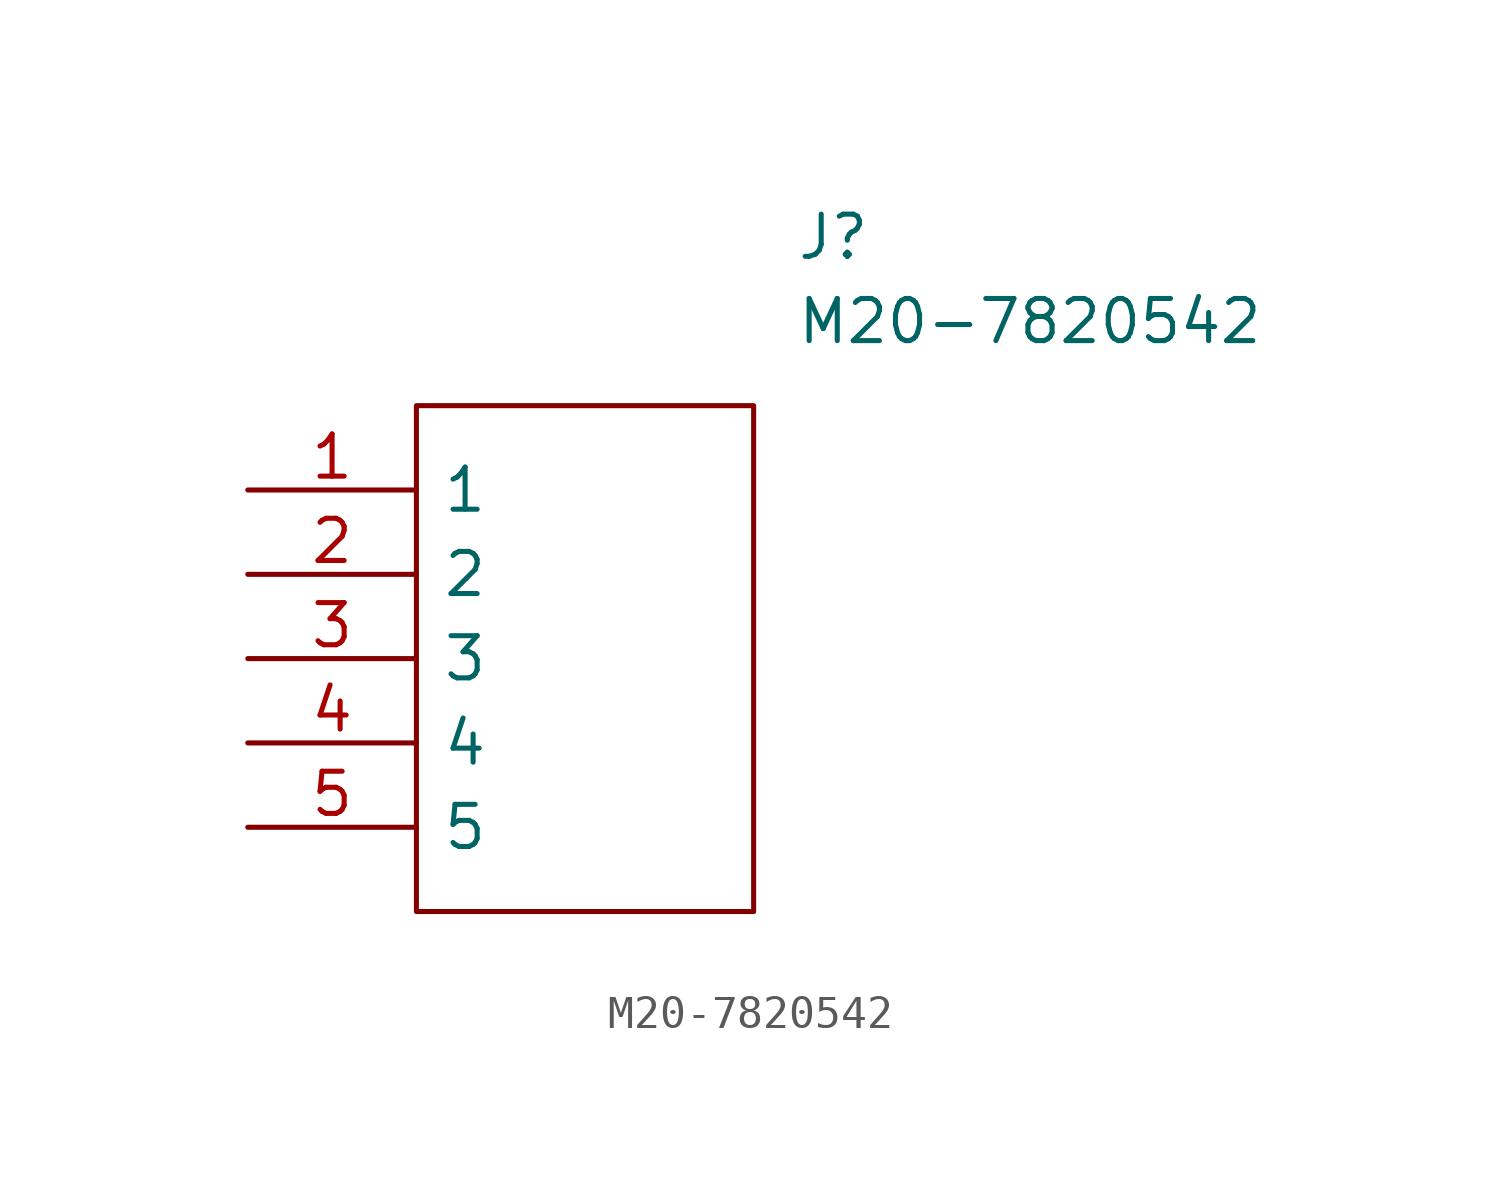
<source format=kicad_sym>
(kicad_symbol_lib
  (version 20211014)
  (generator kicad_symbol_editor)
  (symbol "M20-7820542"
    (pin_names
      (offset 0.762))
    (property "Reference" "J"
      (at 16.51 7.62 0)
      (effects (font (size 1.27 1.27)) (justify left)))
    (property "Value" "M20-7820542"
      (at 16.51 5.08 0)
      (effects (font (size 1.27 1.27)) (justify left)))
    (symbol "M20-7820542_0_0"
      (pin passive line (at 0 0 0) (length 5.08) (name "1" (effects (font (size 1.27 1.27)))) (number "1" (effects (font (size 1.27 1.27)))))
      (pin passive line (at 0 -2.54 0) (length 5.08) (name "2" (effects (font (size 1.27 1.27)))) (number "2" (effects (font (size 1.27 1.27)))))
      (pin passive line (at 0 -5.08 0) (length 5.08) (name "3" (effects (font (size 1.27 1.27)))) (number "3" (effects (font (size 1.27 1.27)))))
      (pin passive line (at 0 -7.62 0) (length 5.08) (name "4" (effects (font (size 1.27 1.27)))) (number "4" (effects (font (size 1.27 1.27)))))
      (pin passive line (at 0 -10.16 0) (length 5.08) (name "5" (effects (font (size 1.27 1.27)))) (number "5" (effects (font (size 1.27 1.27))))))
    (symbol "M20-7820542_0_1"
      (polyline (pts (xy 5.08 2.54) (xy 15.24 2.54) (xy 15.24 -12.7) (xy 5.08 -12.7) (xy 5.08 2.54)) (stroke (width 0.152) (type default) (color 0 0 0 0)) (fill (type none))))))
</source>
